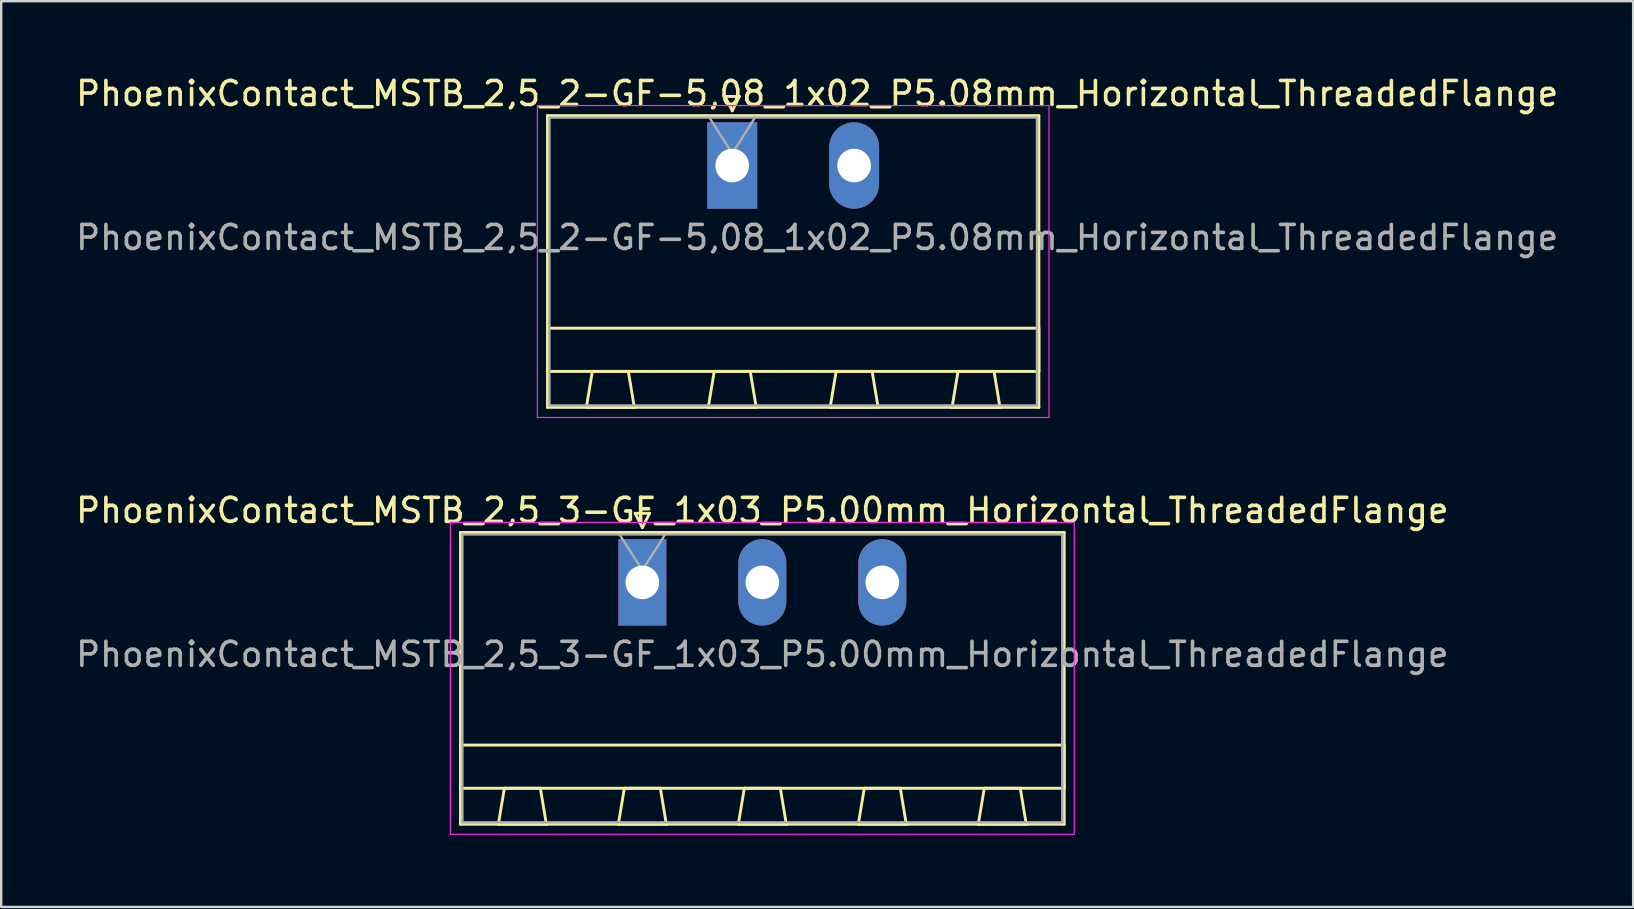
<source format=kicad_pcb>
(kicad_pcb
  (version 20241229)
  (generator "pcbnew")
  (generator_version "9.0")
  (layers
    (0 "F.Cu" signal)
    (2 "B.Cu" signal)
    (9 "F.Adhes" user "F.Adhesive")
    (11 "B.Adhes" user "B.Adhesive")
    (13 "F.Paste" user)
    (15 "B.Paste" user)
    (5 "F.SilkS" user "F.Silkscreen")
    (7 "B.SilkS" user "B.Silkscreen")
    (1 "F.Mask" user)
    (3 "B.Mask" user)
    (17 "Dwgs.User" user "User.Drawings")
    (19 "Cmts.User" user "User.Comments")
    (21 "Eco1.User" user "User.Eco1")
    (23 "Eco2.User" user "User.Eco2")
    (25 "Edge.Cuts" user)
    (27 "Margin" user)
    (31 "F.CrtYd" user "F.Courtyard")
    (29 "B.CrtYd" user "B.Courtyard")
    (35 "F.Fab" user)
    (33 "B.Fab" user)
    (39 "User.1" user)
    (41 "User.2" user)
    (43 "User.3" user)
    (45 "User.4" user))
  (footprint "PhoenixContact_MSTB_2,5_3-GF_1x03_P5.00mm_Horizontal_ThreadedFlange"
    (layer "F.Cu")
    (at 23.72 21.221)
    (property "Reference" "PhoenixContact_MSTB_2,5_3-GF_1x03_P5.00mm_Horizontal_ThreadedFlange" (at 5 -3 0) (layer "F.SilkS") (effects (font (size 1 1) (thickness 0.15))))
    (attr through_hole)
    (fp_line (start -7.58 -2.08) (end -7.58 10.08) (stroke (width 0.12) (type solid)) (layer "F.SilkS"))
    (fp_line (start -7.58 6.78) (end 17.58 6.78) (stroke (width 0.12) (type solid)) (layer "F.SilkS"))
    (fp_line (start -7.58 8.58) (end -7.58 6.78) (stroke (width 0.12) (type solid)) (layer "F.SilkS"))
    (fp_line (start -7.58 10.08) (end 17.58 10.08) (stroke (width 0.12) (type solid)) (layer "F.SilkS"))
    (fp_line (start -6 10.08) (end -4 10.08) (stroke (width 0.12) (type solid)) (layer "F.SilkS"))
    (fp_line (start -5.75 8.58) (end -6 10.08) (stroke (width 0.12) (type solid)) (layer "F.SilkS"))
    (fp_line (start -4.25 8.58) (end -5.75 8.58) (stroke (width 0.12) (type solid)) (layer "F.SilkS"))
    (fp_line (start -4 10.08) (end -4.25 8.58) (stroke (width 0.12) (type solid)) (layer "F.SilkS"))
    (fp_line (start -1 10.08) (end 1 10.08) (stroke (width 0.12) (type solid)) (layer "F.SilkS"))
    (fp_line (start -0.75 8.58) (end -1 10.08) (stroke (width 0.12) (type solid)) (layer "F.SilkS"))
    (fp_line (start -0.3 -2.88) (end 0.3 -2.88) (stroke (width 0.12) (type solid)) (layer "F.SilkS"))
    (fp_line (start 0 -2.28) (end -0.3 -2.88) (stroke (width 0.12) (type solid)) (layer "F.SilkS"))
    (fp_line (start 0.3 -2.88) (end 0 -2.28) (stroke (width 0.12) (type solid)) (layer "F.SilkS"))
    (fp_line (start 0.75 8.58) (end -0.75 8.58) (stroke (width 0.12) (type solid)) (layer "F.SilkS"))
    (fp_line (start 1 10.08) (end 0.75 8.58) (stroke (width 0.12) (type solid)) (layer "F.SilkS"))
    (fp_line (start 4 10.08) (end 6 10.08) (stroke (width 0.12) (type solid)) (layer "F.SilkS"))
    (fp_line (start 4.25 8.58) (end 4 10.08) (stroke (width 0.12) (type solid)) (layer "F.SilkS"))
    (fp_line (start 5.75 8.58) (end 4.25 8.58) (stroke (width 0.12) (type solid)) (layer "F.SilkS"))
    (fp_line (start 6 10.08) (end 5.75 8.58) (stroke (width 0.12) (type solid)) (layer "F.SilkS"))
    (fp_line (start 9 10.08) (end 11 10.08) (stroke (width 0.12) (type solid)) (layer "F.SilkS"))
    (fp_line (start 9.25 8.58) (end 9 10.08) (stroke (width 0.12) (type solid)) (layer "F.SilkS"))
    (fp_line (start 10.75 8.58) (end 9.25 8.58) (stroke (width 0.12) (type solid)) (layer "F.SilkS"))
    (fp_line (start 11 10.08) (end 10.75 8.58) (stroke (width 0.12) (type solid)) (layer "F.SilkS"))
    (fp_line (start 14 10.08) (end 16 10.08) (stroke (width 0.12) (type solid)) (layer "F.SilkS"))
    (fp_line (start 14.25 8.58) (end 14 10.08) (stroke (width 0.12) (type solid)) (layer "F.SilkS"))
    (fp_line (start 15.75 8.58) (end 14.25 8.58) (stroke (width 0.12) (type solid)) (layer "F.SilkS"))
    (fp_line (start 16 10.08) (end 15.75 8.58) (stroke (width 0.12) (type solid)) (layer "F.SilkS"))
    (fp_line (start 17.58 -2.08) (end -7.58 -2.08) (stroke (width 0.12) (type solid)) (layer "F.SilkS"))
    (fp_line (start 17.58 6.78) (end 17.58 8.58) (stroke (width 0.12) (type solid)) (layer "F.SilkS"))
    (fp_line (start 17.58 8.58) (end -7.58 8.58) (stroke (width 0.12) (type solid)) (layer "F.SilkS"))
    (fp_line (start 17.58 10.08) (end 17.58 -2.08) (stroke (width 0.12) (type solid)) (layer "F.SilkS"))
    (fp_line (start -8 -2.5) (end -8 10.5) (stroke (width 0.05) (type solid)) (layer "F.CrtYd"))
    (fp_line (start -8 10.5) (end 18 10.5) (stroke (width 0.05) (type solid)) (layer "F.CrtYd"))
    (fp_line (start 18 -2.5) (end -8 -2.5) (stroke (width 0.05) (type solid)) (layer "F.CrtYd"))
    (fp_line (start 18 10.5) (end 18 -2.5) (stroke (width 0.05) (type solid)) (layer "F.CrtYd"))
    (fp_line (start -7.5 -2) (end -7.5 10) (stroke (width 0.1) (type solid)) (layer "F.Fab"))
    (fp_line (start -7.5 10) (end 17.5 10) (stroke (width 0.1) (type solid)) (layer "F.Fab"))
    (fp_line (start 0 -0.5) (end -0.95 -2) (stroke (width 0.1) (type solid)) (layer "F.Fab"))
    (fp_line (start 0.95 -2) (end 0 -0.5) (stroke (width 0.1) (type solid)) (layer "F.Fab"))
    (fp_line (start 17.5 -2) (end -7.5 -2) (stroke (width 0.1) (type solid)) (layer "F.Fab"))
    (fp_line (start 17.5 10) (end 17.5 -2) (stroke (width 0.1) (type solid)) (layer "F.Fab"))
    (fp_text user "${REFERENCE}" (at 5 3 0) (layer "F.Fab") (effects (font (size 1 1) (thickness 0.15))))
    (pad "1" thru_hole rect (at 0 0) (size 2 3.6) (drill 1.4) (layers "*.Cu" "*.Mask"))
    (pad "2" thru_hole oval (at 5 0) (size 2 3.6) (drill 1.4) (layers "*.Cu" "*.Mask"))
    (pad "3" thru_hole oval (at 10 0) (size 2 3.6) (drill 1.4) (layers "*.Cu" "*.Mask")))
  (footprint "PhoenixContact_MSTB_2,5_2-GF-5,08_1x02_P5.08mm_Horizontal_ThreadedFlange"
    (layer "F.Cu")
    (at 27.466 3.848)
    (property "Reference" "PhoenixContact_MSTB_2,5_2-GF-5,08_1x02_P5.08mm_Horizontal_ThreadedFlange" (at 3.54 -3 0) (layer "F.SilkS") (effects (font (size 1 1) (thickness 0.15))))
    (attr through_hole)
    (fp_line (start -7.7 -2.08) (end -7.7 10.08) (stroke (width 0.12) (type solid)) (layer "F.SilkS"))
    (fp_line (start -7.7 6.78) (end 12.78 6.78) (stroke (width 0.12) (type solid)) (layer "F.SilkS"))
    (fp_line (start -7.7 8.58) (end -7.7 6.78) (stroke (width 0.12) (type solid)) (layer "F.SilkS"))
    (fp_line (start -7.7 10.08) (end 12.78 10.08) (stroke (width 0.12) (type solid)) (layer "F.SilkS"))
    (fp_line (start -6.08 10.08) (end -4.08 10.08) (stroke (width 0.12) (type solid)) (layer "F.SilkS"))
    (fp_line (start -5.83 8.58) (end -6.08 10.08) (stroke (width 0.12) (type solid)) (layer "F.SilkS"))
    (fp_line (start -4.33 8.58) (end -5.83 8.58) (stroke (width 0.12) (type solid)) (layer "F.SilkS"))
    (fp_line (start -4.08 10.08) (end -4.33 8.58) (stroke (width 0.12) (type solid)) (layer "F.SilkS"))
    (fp_line (start -1 10.08) (end 1 10.08) (stroke (width 0.12) (type solid)) (layer "F.SilkS"))
    (fp_line (start -0.75 8.58) (end -1 10.08) (stroke (width 0.12) (type solid)) (layer "F.SilkS"))
    (fp_line (start -0.3 -2.88) (end 0.3 -2.88) (stroke (width 0.12) (type solid)) (layer "F.SilkS"))
    (fp_line (start 0 -2.28) (end -0.3 -2.88) (stroke (width 0.12) (type solid)) (layer "F.SilkS"))
    (fp_line (start 0.3 -2.88) (end 0 -2.28) (stroke (width 0.12) (type solid)) (layer "F.SilkS"))
    (fp_line (start 0.75 8.58) (end -0.75 8.58) (stroke (width 0.12) (type solid)) (layer "F.SilkS"))
    (fp_line (start 1 10.08) (end 0.75 8.58) (stroke (width 0.12) (type solid)) (layer "F.SilkS"))
    (fp_line (start 4.08 10.08) (end 6.08 10.08) (stroke (width 0.12) (type solid)) (layer "F.SilkS"))
    (fp_line (start 4.33 8.58) (end 4.08 10.08) (stroke (width 0.12) (type solid)) (layer "F.SilkS"))
    (fp_line (start 5.83 8.58) (end 4.33 8.58) (stroke (width 0.12) (type solid)) (layer "F.SilkS"))
    (fp_line (start 6.08 10.08) (end 5.83 8.58) (stroke (width 0.12) (type solid)) (layer "F.SilkS"))
    (fp_line (start 9.16 10.08) (end 11.16 10.08) (stroke (width 0.12) (type solid)) (layer "F.SilkS"))
    (fp_line (start 9.41 8.58) (end 9.16 10.08) (stroke (width 0.12) (type solid)) (layer "F.SilkS"))
    (fp_line (start 10.91 8.58) (end 9.41 8.58) (stroke (width 0.12) (type solid)) (layer "F.SilkS"))
    (fp_line (start 11.16 10.08) (end 10.91 8.58) (stroke (width 0.12) (type solid)) (layer "F.SilkS"))
    (fp_line (start 12.78 -2.08) (end -7.7 -2.08) (stroke (width 0.12) (type solid)) (layer "F.SilkS"))
    (fp_line (start 12.78 6.78) (end 12.78 8.58) (stroke (width 0.12) (type solid)) (layer "F.SilkS"))
    (fp_line (start 12.78 8.58) (end -7.7 8.58) (stroke (width 0.12) (type solid)) (layer "F.SilkS"))
    (fp_line (start 12.78 10.08) (end 12.78 -2.08) (stroke (width 0.12) (type solid)) (layer "F.SilkS"))
    (fp_line (start -8.12 -2.5) (end -8.12 10.5) (stroke (width 0.05) (type solid)) (layer "F.CrtYd"))
    (fp_line (start -8.12 10.5) (end 13.2 10.5) (stroke (width 0.05) (type solid)) (layer "F.CrtYd"))
    (fp_line (start 13.2 -2.5) (end -8.12 -2.5) (stroke (width 0.05) (type solid)) (layer "F.CrtYd"))
    (fp_line (start 13.2 10.5) (end 13.2 -2.5) (stroke (width 0.05) (type solid)) (layer "F.CrtYd"))
    (fp_line (start -7.62 -2) (end -7.62 10) (stroke (width 0.1) (type solid)) (layer "F.Fab"))
    (fp_line (start -7.62 10) (end 12.7 10) (stroke (width 0.1) (type solid)) (layer "F.Fab"))
    (fp_line (start 0 -0.5) (end -0.95 -2) (stroke (width 0.1) (type solid)) (layer "F.Fab"))
    (fp_line (start 0.95 -2) (end 0 -0.5) (stroke (width 0.1) (type solid)) (layer "F.Fab"))
    (fp_line (start 12.7 -2) (end -7.62 -2) (stroke (width 0.1) (type solid)) (layer "F.Fab"))
    (fp_line (start 12.7 10) (end 12.7 -2) (stroke (width 0.1) (type solid)) (layer "F.Fab"))
    (fp_text user "${REFERENCE}" (at 3.54 3 0) (layer "F.Fab") (effects (font (size 1 1) (thickness 0.15))))
    (pad "1" thru_hole rect (at 0 0) (size 2.08 3.6) (drill 1.4) (layers "*.Cu" "*.Mask"))
    (pad "2" thru_hole oval (at 5.08 0) (size 2.08 3.6) (drill 1.4) (layers "*.Cu" "*.Mask")))
  (gr_rect
    (start -3 -3)
    (end 65.012 34.746)
    (stroke (width 0.1) (type default))
    (fill no)
    (layer "Edge.Cuts")))
</source>
